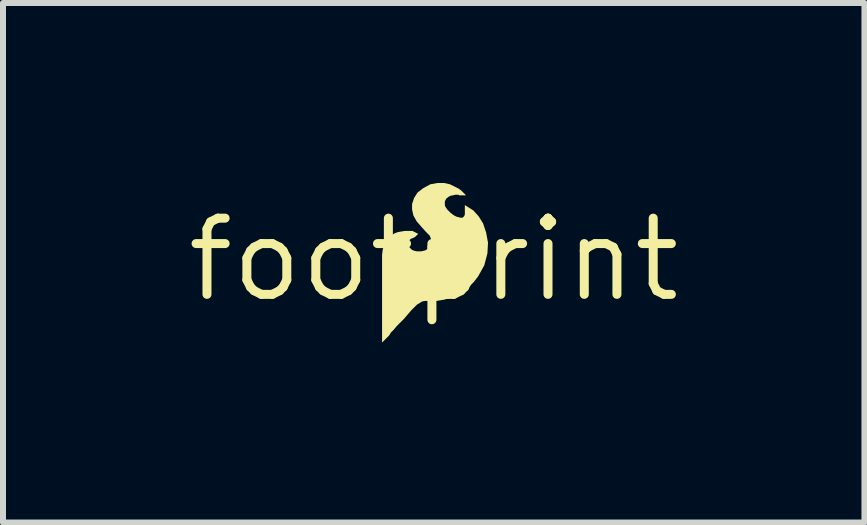
<source format=kicad_pcb>
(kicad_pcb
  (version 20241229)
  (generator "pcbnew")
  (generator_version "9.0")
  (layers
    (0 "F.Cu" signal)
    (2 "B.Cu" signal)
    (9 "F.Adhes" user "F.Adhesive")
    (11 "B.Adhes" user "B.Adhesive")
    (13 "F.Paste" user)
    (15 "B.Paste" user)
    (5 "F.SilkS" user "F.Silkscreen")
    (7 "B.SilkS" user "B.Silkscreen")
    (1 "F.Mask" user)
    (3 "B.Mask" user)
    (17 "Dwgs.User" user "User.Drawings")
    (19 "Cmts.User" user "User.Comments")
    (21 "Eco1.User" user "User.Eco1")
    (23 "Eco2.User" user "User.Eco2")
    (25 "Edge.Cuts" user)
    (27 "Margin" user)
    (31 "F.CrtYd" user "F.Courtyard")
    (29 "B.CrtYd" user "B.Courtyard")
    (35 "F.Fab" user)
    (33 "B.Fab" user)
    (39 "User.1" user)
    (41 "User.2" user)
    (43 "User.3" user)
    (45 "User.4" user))
  (footprint "footprint"
    (layer "F.Cu")
    (at 4.18 1.277)
    (property "Reference" "footprint" (at 0 0 0) (layer "F.SilkS") (effects (font (size 1.27 1.27) (thickness 0.15))))
    (fp_poly (pts (xy 0.27 -1.255) (xy 0.417 -1.182) (xy 0.462 -1.148) (xy 0.539 -1.071) (xy 0.428 -1.071) (xy 0.408 -1.081) (xy 0.362 -1.081) (xy 0.325 -1.072) (xy 0.279 -1.063) (xy 0.247 -1.046) (xy 0.215 -1.022) (xy 0.2 -1) (xy 0.192 -0.984) (xy 0.185 -0.963) (xy 0.185 -0.914) (xy 0.192 -0.885) (xy 0.227 -0.833) (xy 0.282 -0.778) (xy 0.319 -0.75) (xy 0.346 -0.732) (xy 0.38 -0.715) (xy 0.452 -0.697) (xy 0.471 -0.697) (xy 0.486 -0.702) (xy 0.506 -0.722) (xy 0.512 -0.734) (xy 0.519 -0.755) (xy 0.519 -0.908) (xy 0.662 -0.818) (xy 0.748 -0.722) (xy 0.822 -0.605) (xy 0.874 -0.449) (xy 0.905 -0.281) (xy 0.895 -0.103) (xy 0.843 0.095) (xy 0.739 0.282) (xy 0.666 0.376) (xy 0.583 0.459) (xy 0.5 0.532) (xy 0.394 0.595) (xy 0.289 0.637) (xy 0.175 0.668) (xy 0.05 0.689) (xy -0.14 0.689) (xy -0.19 0.697) (xy -0.279 0.751) (xy -0.375 0.847) (xy -0.495 0.987) (xy -0.615 1.107) (xy -0.665 1.167) (xy -0.713 1.215) (xy -0.743 1.265) (xy -0.861 1.383) (xy -0.861 -0.081) (xy -0.85 -0.167) (xy -0.828 -0.244) (xy -0.762 -0.354) (xy -0.706 -0.399) (xy -0.662 -0.433) (xy -0.604 -0.456) (xy -0.55 -0.466) (xy -0.486 -0.477) (xy -0.354 -0.477) (xy -0.259 -0.429) (xy -0.31 -0.378) (xy -0.358 -0.354) (xy -0.382 -0.346) (xy -0.43 -0.298) (xy -0.435 -0.283) (xy -0.435 -0.255) (xy -0.428 -0.236) (xy -0.413 -0.213) (xy -0.362 -0.161) (xy -0.322 -0.146) (xy -0.279 -0.137) (xy -0.208 -0.137) (xy -0.139 -0.154) (xy -0.089 -0.187) (xy -0.057 -0.227) (xy -0.041 -0.275) (xy -0.041 -0.332) (xy -0.066 -0.398) (xy -0.131 -0.463) (xy -0.212 -0.554) (xy -0.284 -0.637) (xy -0.339 -0.735) (xy -0.361 -0.835) (xy -0.361 -0.925) (xy -0.328 -1.025) (xy -0.272 -1.115) (xy -0.174 -1.191) (xy -0.056 -1.255) (xy 0.064 -1.277) (xy 0.171 -1.277)) (stroke (width 0) (type solid)) (fill yes) (layer "F.SilkS")))
  (gr_rect
    (start -3 -3)
    (end 11.36 5.66)
    (stroke (width 0.1) (type default))
    (fill no)
    (layer "Edge.Cuts")))
</source>
